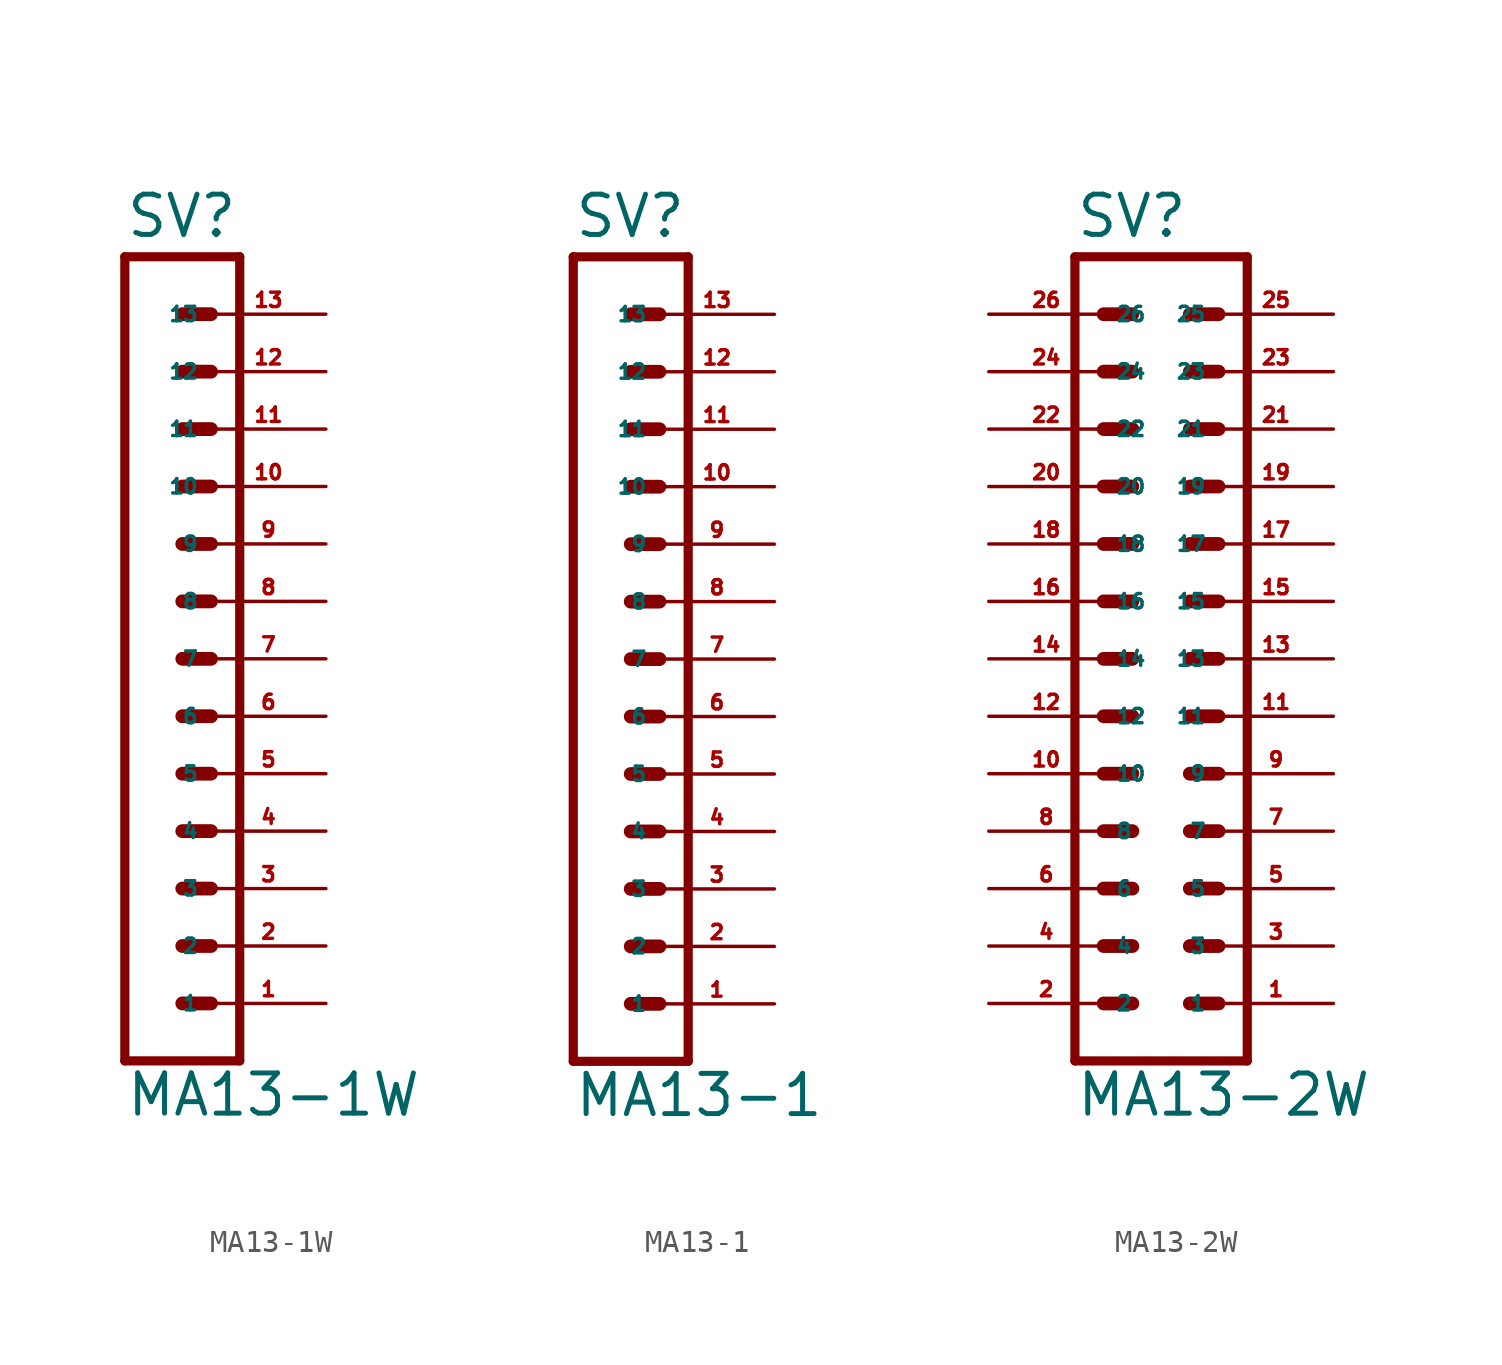
<source format=kicad_sym>
(kicad_symbol_lib
  (version 20220914)
  (generator Eagle2Kicad)
  (symbol "MA13-1W"
    (property "Reference" "SV"
      (at -1.27 18.542 0)
      (effects (font (size 1.778 1.778) (thickness 0.22)) (justify left bottom)))
    (property "Value" "MA13-1W"
      (at -1.27 -20.32 0)
      (effects (font (size 1.778 1.778) (thickness 0.22)) (justify left bottom)))
    (polyline
      (pts (xy 3.81 -17.78) (xy -1.27 -17.78))
      (stroke (width 0.406) (type default))
      (fill (type none)))
    (polyline
      (pts (xy 1.27 -10.16) (xy 2.54 -10.16))
      (stroke (width 0.61) (type default))
      (fill (type none)))
    (polyline
      (pts (xy 1.27 -12.7) (xy 2.54 -12.7))
      (stroke (width 0.61) (type default))
      (fill (type none)))
    (polyline
      (pts (xy 1.27 -15.24) (xy 2.54 -15.24))
      (stroke (width 0.61) (type default))
      (fill (type none)))
    (polyline
      (pts (xy 1.27 -5.08) (xy 2.54 -5.08))
      (stroke (width 0.61) (type default))
      (fill (type none)))
    (polyline
      (pts (xy 1.27 -7.62) (xy 2.54 -7.62))
      (stroke (width 0.61) (type default))
      (fill (type none)))
    (polyline
      (pts (xy 1.27 2.54) (xy 2.54 2.54))
      (stroke (width 0.61) (type default))
      (fill (type none)))
    (polyline
      (pts (xy 1.27 0) (xy 2.54 0))
      (stroke (width 0.61) (type default))
      (fill (type none)))
    (polyline
      (pts (xy 1.27 -2.54) (xy 2.54 -2.54))
      (stroke (width 0.61) (type default))
      (fill (type none)))
    (polyline
      (pts (xy 1.27 7.62) (xy 2.54 7.62))
      (stroke (width 0.61) (type default))
      (fill (type none)))
    (polyline
      (pts (xy 1.27 5.08) (xy 2.54 5.08))
      (stroke (width 0.61) (type default))
      (fill (type none)))
    (polyline
      (pts (xy 1.27 15.24) (xy 2.54 15.24))
      (stroke (width 0.61) (type default))
      (fill (type none)))
    (polyline
      (pts (xy 1.27 12.7) (xy 2.54 12.7))
      (stroke (width 0.61) (type default))
      (fill (type none)))
    (polyline
      (pts (xy 1.27 10.16) (xy 2.54 10.16))
      (stroke (width 0.61) (type default))
      (fill (type none)))
    (polyline
      (pts (xy -1.27 17.78) (xy -1.27 -17.78))
      (stroke (width 0.406) (type default))
      (fill (type none)))
    (polyline
      (pts (xy 3.81 -17.78) (xy 3.81 17.78))
      (stroke (width 0.406) (type default))
      (fill (type none)))
    (polyline
      (pts (xy -1.27 17.78) (xy 3.81 17.78))
      (stroke (width 0.406) (type default))
      (fill (type none)))
    (pin passive line
      (at 7.62 -15.24 180)
      (length 5.08)
      (name "1" (effects (font (size 0.635 0.635) (thickness 0.08)) (justify left bottom)))
      (number "1" (effects (font (size 0.635 0.635) (thickness 0.08)) (justify left bottom))))
    (pin passive line
      (at 7.62 -12.7 180)
      (length 5.08)
      (name "2" (effects (font (size 0.635 0.635) (thickness 0.08)) (justify left bottom)))
      (number "2" (effects (font (size 0.635 0.635) (thickness 0.08)) (justify left bottom))))
    (pin passive line
      (at 7.62 -10.16 180)
      (length 5.08)
      (name "3" (effects (font (size 0.635 0.635) (thickness 0.08)) (justify left bottom)))
      (number "3" (effects (font (size 0.635 0.635) (thickness 0.08)) (justify left bottom))))
    (pin passive line
      (at 7.62 -7.62 180)
      (length 5.08)
      (name "4" (effects (font (size 0.635 0.635) (thickness 0.08)) (justify left bottom)))
      (number "4" (effects (font (size 0.635 0.635) (thickness 0.08)) (justify left bottom))))
    (pin passive line
      (at 7.62 -5.08 180)
      (length 5.08)
      (name "5" (effects (font (size 0.635 0.635) (thickness 0.08)) (justify left bottom)))
      (number "5" (effects (font (size 0.635 0.635) (thickness 0.08)) (justify left bottom))))
    (pin passive line
      (at 7.62 -2.54 180)
      (length 5.08)
      (name "6" (effects (font (size 0.635 0.635) (thickness 0.08)) (justify left bottom)))
      (number "6" (effects (font (size 0.635 0.635) (thickness 0.08)) (justify left bottom))))
    (pin passive line
      (at 7.62 0 180)
      (length 5.08)
      (name "7" (effects (font (size 0.635 0.635) (thickness 0.08)) (justify left bottom)))
      (number "7" (effects (font (size 0.635 0.635) (thickness 0.08)) (justify left bottom))))
    (pin passive line
      (at 7.62 2.54 180)
      (length 5.08)
      (name "8" (effects (font (size 0.635 0.635) (thickness 0.08)) (justify left bottom)))
      (number "8" (effects (font (size 0.635 0.635) (thickness 0.08)) (justify left bottom))))
    (pin passive line
      (at 7.62 5.08 180)
      (length 5.08)
      (name "9" (effects (font (size 0.635 0.635) (thickness 0.08)) (justify left bottom)))
      (number "9" (effects (font (size 0.635 0.635) (thickness 0.08)) (justify left bottom))))
    (pin passive line
      (at 7.62 7.62 180)
      (length 5.08)
      (name "10" (effects (font (size 0.635 0.635) (thickness 0.08)) (justify left bottom)))
      (number "10" (effects (font (size 0.635 0.635) (thickness 0.08)) (justify left bottom))))
    (pin passive line
      (at 7.62 10.16 180)
      (length 5.08)
      (name "11" (effects (font (size 0.635 0.635) (thickness 0.08)) (justify left bottom)))
      (number "11" (effects (font (size 0.635 0.635) (thickness 0.08)) (justify left bottom))))
    (pin passive line
      (at 7.62 12.7 180)
      (length 5.08)
      (name "12" (effects (font (size 0.635 0.635) (thickness 0.08)) (justify left bottom)))
      (number "12" (effects (font (size 0.635 0.635) (thickness 0.08)) (justify left bottom))))
    (pin passive line
      (at 7.62 15.24 180)
      (length 5.08)
      (name "13" (effects (font (size 0.635 0.635) (thickness 0.08)) (justify left bottom)))
      (number "13" (effects (font (size 0.635 0.635) (thickness 0.08)) (justify left bottom)))))
  (symbol "MA13-1"
    (property "Reference" "SV"
      (at -1.27 18.542 0)
      (effects (font (size 1.778 1.778) (thickness 0.22)) (justify left bottom)))
    (property "Value" "MA13-1"
      (at -1.27 -20.32 0)
      (effects (font (size 1.778 1.778) (thickness 0.22)) (justify left bottom)))
    (polyline
      (pts (xy 3.81 -17.78) (xy -1.27 -17.78))
      (stroke (width 0.406) (type default))
      (fill (type none)))
    (polyline
      (pts (xy 1.27 -10.16) (xy 2.54 -10.16))
      (stroke (width 0.61) (type default))
      (fill (type none)))
    (polyline
      (pts (xy 1.27 -12.7) (xy 2.54 -12.7))
      (stroke (width 0.61) (type default))
      (fill (type none)))
    (polyline
      (pts (xy 1.27 -15.24) (xy 2.54 -15.24))
      (stroke (width 0.61) (type default))
      (fill (type none)))
    (polyline
      (pts (xy 1.27 -5.08) (xy 2.54 -5.08))
      (stroke (width 0.61) (type default))
      (fill (type none)))
    (polyline
      (pts (xy 1.27 -7.62) (xy 2.54 -7.62))
      (stroke (width 0.61) (type default))
      (fill (type none)))
    (polyline
      (pts (xy 1.27 2.54) (xy 2.54 2.54))
      (stroke (width 0.61) (type default))
      (fill (type none)))
    (polyline
      (pts (xy 1.27 0) (xy 2.54 0))
      (stroke (width 0.61) (type default))
      (fill (type none)))
    (polyline
      (pts (xy 1.27 -2.54) (xy 2.54 -2.54))
      (stroke (width 0.61) (type default))
      (fill (type none)))
    (polyline
      (pts (xy 1.27 7.62) (xy 2.54 7.62))
      (stroke (width 0.61) (type default))
      (fill (type none)))
    (polyline
      (pts (xy 1.27 5.08) (xy 2.54 5.08))
      (stroke (width 0.61) (type default))
      (fill (type none)))
    (polyline
      (pts (xy 1.27 15.24) (xy 2.54 15.24))
      (stroke (width 0.61) (type default))
      (fill (type none)))
    (polyline
      (pts (xy 1.27 12.7) (xy 2.54 12.7))
      (stroke (width 0.61) (type default))
      (fill (type none)))
    (polyline
      (pts (xy 1.27 10.16) (xy 2.54 10.16))
      (stroke (width 0.61) (type default))
      (fill (type none)))
    (polyline
      (pts (xy -1.27 17.78) (xy -1.27 -17.78))
      (stroke (width 0.406) (type default))
      (fill (type none)))
    (polyline
      (pts (xy 3.81 -17.78) (xy 3.81 17.78))
      (stroke (width 0.406) (type default))
      (fill (type none)))
    (polyline
      (pts (xy -1.27 17.78) (xy 3.81 17.78))
      (stroke (width 0.406) (type default))
      (fill (type none)))
    (pin passive line
      (at 7.62 -15.24 180)
      (length 5.08)
      (name "1" (effects (font (size 0.635 0.635) (thickness 0.08)) (justify left bottom)))
      (number "1" (effects (font (size 0.635 0.635) (thickness 0.08)) (justify left bottom))))
    (pin passive line
      (at 7.62 -12.7 180)
      (length 5.08)
      (name "2" (effects (font (size 0.635 0.635) (thickness 0.08)) (justify left bottom)))
      (number "2" (effects (font (size 0.635 0.635) (thickness 0.08)) (justify left bottom))))
    (pin passive line
      (at 7.62 -10.16 180)
      (length 5.08)
      (name "3" (effects (font (size 0.635 0.635) (thickness 0.08)) (justify left bottom)))
      (number "3" (effects (font (size 0.635 0.635) (thickness 0.08)) (justify left bottom))))
    (pin passive line
      (at 7.62 -7.62 180)
      (length 5.08)
      (name "4" (effects (font (size 0.635 0.635) (thickness 0.08)) (justify left bottom)))
      (number "4" (effects (font (size 0.635 0.635) (thickness 0.08)) (justify left bottom))))
    (pin passive line
      (at 7.62 -5.08 180)
      (length 5.08)
      (name "5" (effects (font (size 0.635 0.635) (thickness 0.08)) (justify left bottom)))
      (number "5" (effects (font (size 0.635 0.635) (thickness 0.08)) (justify left bottom))))
    (pin passive line
      (at 7.62 -2.54 180)
      (length 5.08)
      (name "6" (effects (font (size 0.635 0.635) (thickness 0.08)) (justify left bottom)))
      (number "6" (effects (font (size 0.635 0.635) (thickness 0.08)) (justify left bottom))))
    (pin passive line
      (at 7.62 0 180)
      (length 5.08)
      (name "7" (effects (font (size 0.635 0.635) (thickness 0.08)) (justify left bottom)))
      (number "7" (effects (font (size 0.635 0.635) (thickness 0.08)) (justify left bottom))))
    (pin passive line
      (at 7.62 2.54 180)
      (length 5.08)
      (name "8" (effects (font (size 0.635 0.635) (thickness 0.08)) (justify left bottom)))
      (number "8" (effects (font (size 0.635 0.635) (thickness 0.08)) (justify left bottom))))
    (pin passive line
      (at 7.62 5.08 180)
      (length 5.08)
      (name "9" (effects (font (size 0.635 0.635) (thickness 0.08)) (justify left bottom)))
      (number "9" (effects (font (size 0.635 0.635) (thickness 0.08)) (justify left bottom))))
    (pin passive line
      (at 7.62 7.62 180)
      (length 5.08)
      (name "10" (effects (font (size 0.635 0.635) (thickness 0.08)) (justify left bottom)))
      (number "10" (effects (font (size 0.635 0.635) (thickness 0.08)) (justify left bottom))))
    (pin passive line
      (at 7.62 10.16 180)
      (length 5.08)
      (name "11" (effects (font (size 0.635 0.635) (thickness 0.08)) (justify left bottom)))
      (number "11" (effects (font (size 0.635 0.635) (thickness 0.08)) (justify left bottom))))
    (pin passive line
      (at 7.62 12.7 180)
      (length 5.08)
      (name "12" (effects (font (size 0.635 0.635) (thickness 0.08)) (justify left bottom)))
      (number "12" (effects (font (size 0.635 0.635) (thickness 0.08)) (justify left bottom))))
    (pin passive line
      (at 7.62 15.24 180)
      (length 5.08)
      (name "13" (effects (font (size 0.635 0.635) (thickness 0.08)) (justify left bottom)))
      (number "13" (effects (font (size 0.635 0.635) (thickness 0.08)) (justify left bottom)))))
  (symbol "MA13-2W"
    (property "Reference" "SV"
      (at -3.81 18.542 0)
      (effects (font (size 1.778 1.778) (thickness 0.22)) (justify left bottom)))
    (property "Value" "MA13-2W"
      (at -3.81 -20.32 0)
      (effects (font (size 1.778 1.778) (thickness 0.22)) (justify left bottom)))
    (polyline
      (pts (xy 3.81 -17.78) (xy -3.81 -17.78))
      (stroke (width 0.406) (type default))
      (fill (type none)))
    (polyline
      (pts (xy 1.27 -10.16) (xy 2.54 -10.16))
      (stroke (width 0.61) (type default))
      (fill (type none)))
    (polyline
      (pts (xy 1.27 -12.7) (xy 2.54 -12.7))
      (stroke (width 0.61) (type default))
      (fill (type none)))
    (polyline
      (pts (xy 1.27 -15.24) (xy 2.54 -15.24))
      (stroke (width 0.61) (type default))
      (fill (type none)))
    (polyline
      (pts (xy -2.54 -10.16) (xy -1.27 -10.16))
      (stroke (width 0.61) (type default))
      (fill (type none)))
    (polyline
      (pts (xy -2.54 -12.7) (xy -1.27 -12.7))
      (stroke (width 0.61) (type default))
      (fill (type none)))
    (polyline
      (pts (xy -2.54 -15.24) (xy -1.27 -15.24))
      (stroke (width 0.61) (type default))
      (fill (type none)))
    (polyline
      (pts (xy 1.27 -5.08) (xy 2.54 -5.08))
      (stroke (width 0.61) (type default))
      (fill (type none)))
    (polyline
      (pts (xy 1.27 -7.62) (xy 2.54 -7.62))
      (stroke (width 0.61) (type default))
      (fill (type none)))
    (polyline
      (pts (xy -2.54 -5.08) (xy -1.27 -5.08))
      (stroke (width 0.61) (type default))
      (fill (type none)))
    (polyline
      (pts (xy -2.54 -7.62) (xy -1.27 -7.62))
      (stroke (width 0.61) (type default))
      (fill (type none)))
    (polyline
      (pts (xy 1.27 2.54) (xy 2.54 2.54))
      (stroke (width 0.61) (type default))
      (fill (type none)))
    (polyline
      (pts (xy 1.27 0) (xy 2.54 0))
      (stroke (width 0.61) (type default))
      (fill (type none)))
    (polyline
      (pts (xy 1.27 -2.54) (xy 2.54 -2.54))
      (stroke (width 0.61) (type default))
      (fill (type none)))
    (polyline
      (pts (xy -2.54 2.54) (xy -1.27 2.54))
      (stroke (width 0.61) (type default))
      (fill (type none)))
    (polyline
      (pts (xy -2.54 0) (xy -1.27 0))
      (stroke (width 0.61) (type default))
      (fill (type none)))
    (polyline
      (pts (xy -2.54 -2.54) (xy -1.27 -2.54))
      (stroke (width 0.61) (type default))
      (fill (type none)))
    (polyline
      (pts (xy 1.27 7.62) (xy 2.54 7.62))
      (stroke (width 0.61) (type default))
      (fill (type none)))
    (polyline
      (pts (xy 1.27 5.08) (xy 2.54 5.08))
      (stroke (width 0.61) (type default))
      (fill (type none)))
    (polyline
      (pts (xy -2.54 7.62) (xy -1.27 7.62))
      (stroke (width 0.61) (type default))
      (fill (type none)))
    (polyline
      (pts (xy -2.54 5.08) (xy -1.27 5.08))
      (stroke (width 0.61) (type default))
      (fill (type none)))
    (polyline
      (pts (xy 1.27 15.24) (xy 2.54 15.24))
      (stroke (width 0.61) (type default))
      (fill (type none)))
    (polyline
      (pts (xy 1.27 12.7) (xy 2.54 12.7))
      (stroke (width 0.61) (type default))
      (fill (type none)))
    (polyline
      (pts (xy 1.27 10.16) (xy 2.54 10.16))
      (stroke (width 0.61) (type default))
      (fill (type none)))
    (polyline
      (pts (xy -2.54 15.24) (xy -1.27 15.24))
      (stroke (width 0.61) (type default))
      (fill (type none)))
    (polyline
      (pts (xy -2.54 12.7) (xy -1.27 12.7))
      (stroke (width 0.61) (type default))
      (fill (type none)))
    (polyline
      (pts (xy -2.54 10.16) (xy -1.27 10.16))
      (stroke (width 0.61) (type default))
      (fill (type none)))
    (polyline
      (pts (xy -3.81 17.78) (xy -3.81 -17.78))
      (stroke (width 0.406) (type default))
      (fill (type none)))
    (polyline
      (pts (xy 3.81 -17.78) (xy 3.81 17.78))
      (stroke (width 0.406) (type default))
      (fill (type none)))
    (polyline
      (pts (xy -3.81 17.78) (xy 3.81 17.78))
      (stroke (width 0.406) (type default))
      (fill (type none)))
    (pin passive line
      (at 7.62 -15.24 180)
      (length 5.08)
      (name "1" (effects (font (size 0.635 0.635) (thickness 0.08)) (justify left bottom)))
      (number "1" (effects (font (size 0.635 0.635) (thickness 0.08)) (justify left bottom))))
    (pin passive line
      (at 7.62 -12.7 180)
      (length 5.08)
      (name "3" (effects (font (size 0.635 0.635) (thickness 0.08)) (justify left bottom)))
      (number "3" (effects (font (size 0.635 0.635) (thickness 0.08)) (justify left bottom))))
    (pin passive line
      (at 7.62 -10.16 180)
      (length 5.08)
      (name "5" (effects (font (size 0.635 0.635) (thickness 0.08)) (justify left bottom)))
      (number "5" (effects (font (size 0.635 0.635) (thickness 0.08)) (justify left bottom))))
    (pin passive line
      (at -7.62 -15.24 0)
      (length 5.08)
      (name "2" (effects (font (size 0.635 0.635) (thickness 0.08)) (justify left bottom)))
      (number "2" (effects (font (size 0.635 0.635) (thickness 0.08)) (justify left bottom))))
    (pin passive line
      (at -7.62 -12.7 0)
      (length 5.08)
      (name "4" (effects (font (size 0.635 0.635) (thickness 0.08)) (justify left bottom)))
      (number "4" (effects (font (size 0.635 0.635) (thickness 0.08)) (justify left bottom))))
    (pin passive line
      (at -7.62 -10.16 0)
      (length 5.08)
      (name "6" (effects (font (size 0.635 0.635) (thickness 0.08)) (justify left bottom)))
      (number "6" (effects (font (size 0.635 0.635) (thickness 0.08)) (justify left bottom))))
    (pin passive line
      (at 7.62 -7.62 180)
      (length 5.08)
      (name "7" (effects (font (size 0.635 0.635) (thickness 0.08)) (justify left bottom)))
      (number "7" (effects (font (size 0.635 0.635) (thickness 0.08)) (justify left bottom))))
    (pin passive line
      (at 7.62 -5.08 180)
      (length 5.08)
      (name "9" (effects (font (size 0.635 0.635) (thickness 0.08)) (justify left bottom)))
      (number "9" (effects (font (size 0.635 0.635) (thickness 0.08)) (justify left bottom))))
    (pin passive line
      (at -7.62 -7.62 0)
      (length 5.08)
      (name "8" (effects (font (size 0.635 0.635) (thickness 0.08)) (justify left bottom)))
      (number "8" (effects (font (size 0.635 0.635) (thickness 0.08)) (justify left bottom))))
    (pin passive line
      (at -7.62 -5.08 0)
      (length 5.08)
      (name "10" (effects (font (size 0.635 0.635) (thickness 0.08)) (justify left bottom)))
      (number "10" (effects (font (size 0.635 0.635) (thickness 0.08)) (justify left bottom))))
    (pin passive line
      (at 7.62 -2.54 180)
      (length 5.08)
      (name "11" (effects (font (size 0.635 0.635) (thickness 0.08)) (justify left bottom)))
      (number "11" (effects (font (size 0.635 0.635) (thickness 0.08)) (justify left bottom))))
    (pin passive line
      (at 7.62 0 180)
      (length 5.08)
      (name "13" (effects (font (size 0.635 0.635) (thickness 0.08)) (justify left bottom)))
      (number "13" (effects (font (size 0.635 0.635) (thickness 0.08)) (justify left bottom))))
    (pin passive line
      (at 7.62 2.54 180)
      (length 5.08)
      (name "15" (effects (font (size 0.635 0.635) (thickness 0.08)) (justify left bottom)))
      (number "15" (effects (font (size 0.635 0.635) (thickness 0.08)) (justify left bottom))))
    (pin passive line
      (at -7.62 -2.54 0)
      (length 5.08)
      (name "12" (effects (font (size 0.635 0.635) (thickness 0.08)) (justify left bottom)))
      (number "12" (effects (font (size 0.635 0.635) (thickness 0.08)) (justify left bottom))))
    (pin passive line
      (at -7.62 0 0)
      (length 5.08)
      (name "14" (effects (font (size 0.635 0.635) (thickness 0.08)) (justify left bottom)))
      (number "14" (effects (font (size 0.635 0.635) (thickness 0.08)) (justify left bottom))))
    (pin passive line
      (at -7.62 2.54 0)
      (length 5.08)
      (name "16" (effects (font (size 0.635 0.635) (thickness 0.08)) (justify left bottom)))
      (number "16" (effects (font (size 0.635 0.635) (thickness 0.08)) (justify left bottom))))
    (pin passive line
      (at 7.62 5.08 180)
      (length 5.08)
      (name "17" (effects (font (size 0.635 0.635) (thickness 0.08)) (justify left bottom)))
      (number "17" (effects (font (size 0.635 0.635) (thickness 0.08)) (justify left bottom))))
    (pin passive line
      (at 7.62 7.62 180)
      (length 5.08)
      (name "19" (effects (font (size 0.635 0.635) (thickness 0.08)) (justify left bottom)))
      (number "19" (effects (font (size 0.635 0.635) (thickness 0.08)) (justify left bottom))))
    (pin passive line
      (at -7.62 5.08 0)
      (length 5.08)
      (name "18" (effects (font (size 0.635 0.635) (thickness 0.08)) (justify left bottom)))
      (number "18" (effects (font (size 0.635 0.635) (thickness 0.08)) (justify left bottom))))
    (pin passive line
      (at -7.62 7.62 0)
      (length 5.08)
      (name "20" (effects (font (size 0.635 0.635) (thickness 0.08)) (justify left bottom)))
      (number "20" (effects (font (size 0.635 0.635) (thickness 0.08)) (justify left bottom))))
    (pin passive line
      (at 7.62 10.16 180)
      (length 5.08)
      (name "21" (effects (font (size 0.635 0.635) (thickness 0.08)) (justify left bottom)))
      (number "21" (effects (font (size 0.635 0.635) (thickness 0.08)) (justify left bottom))))
    (pin passive line
      (at 7.62 12.7 180)
      (length 5.08)
      (name "23" (effects (font (size 0.635 0.635) (thickness 0.08)) (justify left bottom)))
      (number "23" (effects (font (size 0.635 0.635) (thickness 0.08)) (justify left bottom))))
    (pin passive line
      (at 7.62 15.24 180)
      (length 5.08)
      (name "25" (effects (font (size 0.635 0.635) (thickness 0.08)) (justify left bottom)))
      (number "25" (effects (font (size 0.635 0.635) (thickness 0.08)) (justify left bottom))))
    (pin passive line
      (at -7.62 10.16 0)
      (length 5.08)
      (name "22" (effects (font (size 0.635 0.635) (thickness 0.08)) (justify left bottom)))
      (number "22" (effects (font (size 0.635 0.635) (thickness 0.08)) (justify left bottom))))
    (pin passive line
      (at -7.62 12.7 0)
      (length 5.08)
      (name "24" (effects (font (size 0.635 0.635) (thickness 0.08)) (justify left bottom)))
      (number "24" (effects (font (size 0.635 0.635) (thickness 0.08)) (justify left bottom))))
    (pin passive line
      (at -7.62 15.24 0)
      (length 5.08)
      (name "26" (effects (font (size 0.635 0.635) (thickness 0.08)) (justify left bottom)))
      (number "26" (effects (font (size 0.635 0.635) (thickness 0.08)) (justify left bottom))))))
</source>
